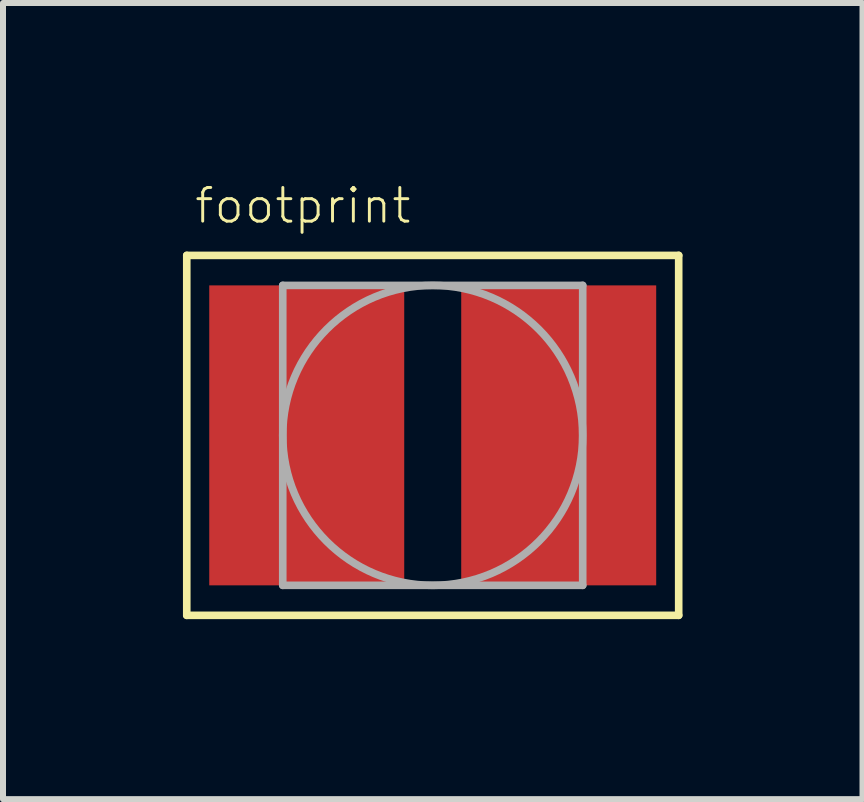
<source format=kicad_pcb>
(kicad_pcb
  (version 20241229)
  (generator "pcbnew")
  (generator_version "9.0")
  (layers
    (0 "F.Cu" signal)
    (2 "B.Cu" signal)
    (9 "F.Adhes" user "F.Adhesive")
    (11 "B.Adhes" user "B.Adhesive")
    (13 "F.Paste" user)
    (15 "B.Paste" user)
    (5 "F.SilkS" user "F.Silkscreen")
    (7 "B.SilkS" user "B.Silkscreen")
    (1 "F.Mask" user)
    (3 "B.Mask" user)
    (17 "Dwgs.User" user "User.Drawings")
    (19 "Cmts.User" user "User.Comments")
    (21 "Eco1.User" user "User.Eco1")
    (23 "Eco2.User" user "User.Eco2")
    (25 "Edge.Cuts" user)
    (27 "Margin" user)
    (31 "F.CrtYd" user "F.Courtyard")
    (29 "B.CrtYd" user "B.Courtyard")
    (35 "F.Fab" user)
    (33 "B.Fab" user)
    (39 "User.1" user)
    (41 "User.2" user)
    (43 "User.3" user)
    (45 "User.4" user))
  (footprint "footprint"
    (layer "F.Cu")
    (at 4.163 4.207)
    (property "Reference" "footprint" (at -4 -3.5 0) (layer "F.SilkS") (effects (font (size 0.561 0.561) (thickness 0.049)) (justify left bottom)))
    (fp_line (start -4.1 -3) (end 4.1 -3) (stroke (width 0.127) (type solid)) (layer "F.SilkS"))
    (fp_line (start -4.1 3) (end -4.1 -3) (stroke (width 0.127) (type solid)) (layer "F.SilkS"))
    (fp_line (start 4.1 -3) (end 4.1 3) (stroke (width 0.127) (type solid)) (layer "F.SilkS"))
    (fp_line (start 4.1 3) (end -4.1 3) (stroke (width 0.127) (type solid)) (layer "F.SilkS"))
    (fp_line (start -2.5 -2.5) (end 2.5 -2.5) (stroke (width 0.127) (type solid)) (layer "F.Fab"))
    (fp_line (start -2.5 2.5) (end -2.5 -2.5) (stroke (width 0.127) (type solid)) (layer "F.Fab"))
    (fp_line (start 2.5 -2.5) (end 2.5 2.5) (stroke (width 0.127) (type solid)) (layer "F.Fab"))
    (fp_line (start 2.5 2.5) (end -2.5 2.5) (stroke (width 0.127) (type solid)) (layer "F.Fab"))
    (fp_circle (center 0 0) (end 2.5 0) (stroke (width 0.127) (type solid)) (fill no) (layer "F.Fab"))
    (pad "P$1" smd rect (at -2.1 0) (size 3.25 5) (layers "F.Cu" "F.Mask" "F.Paste"))
    (pad "P$2" smd rect (at 2.1 0) (size 3.25 5) (layers "F.Cu" "F.Mask" "F.Paste")))
  (gr_rect
    (start -3 -3)
    (end 11.327 10.271)
    (stroke (width 0.1) (type default))
    (fill no)
    (layer "Edge.Cuts")))
</source>
